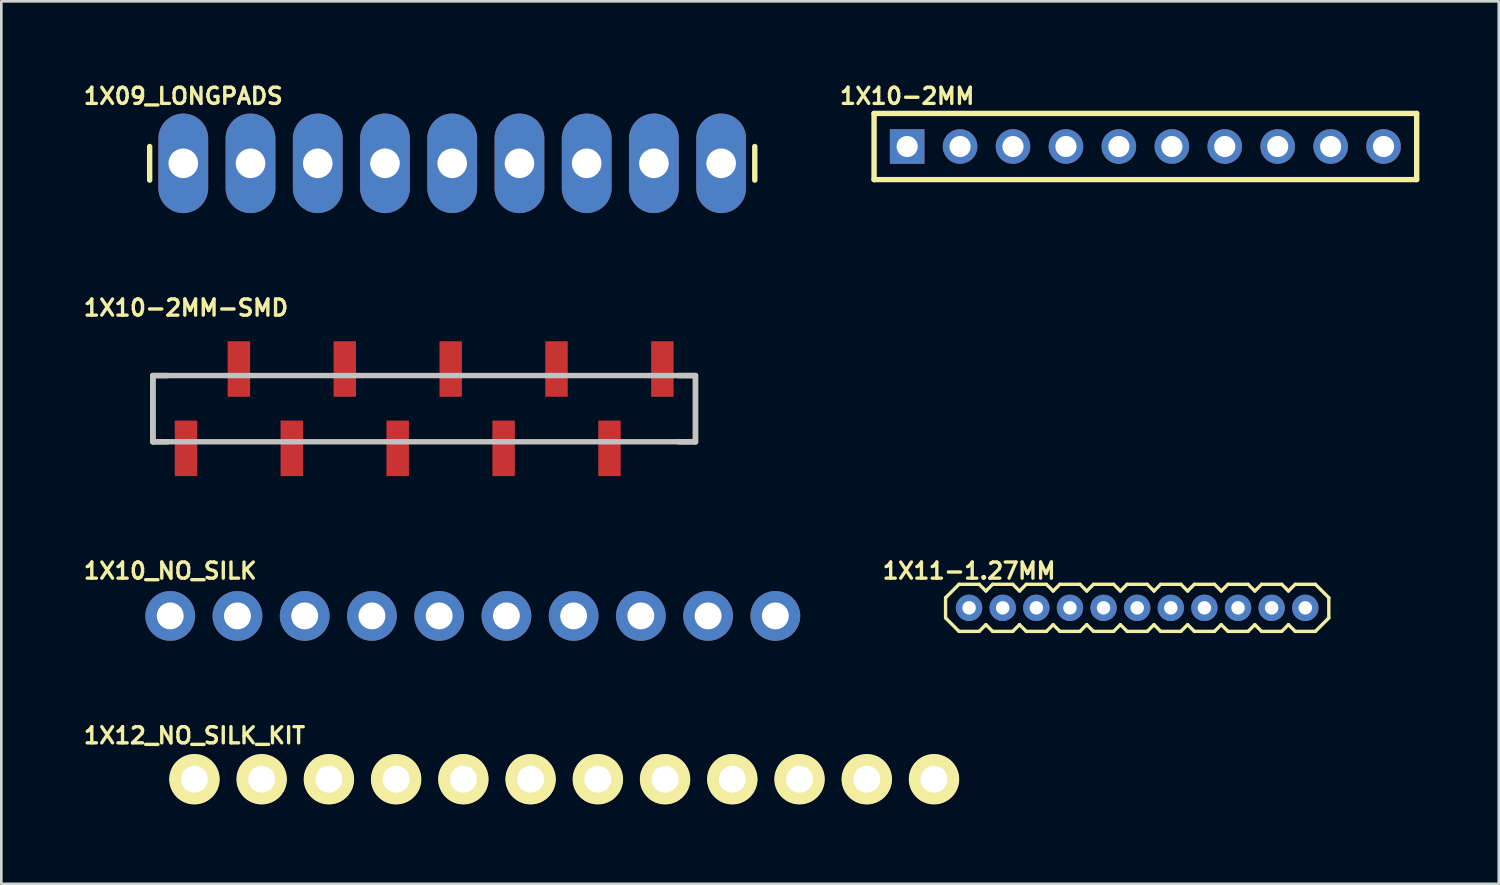
<source format=kicad_pcb>
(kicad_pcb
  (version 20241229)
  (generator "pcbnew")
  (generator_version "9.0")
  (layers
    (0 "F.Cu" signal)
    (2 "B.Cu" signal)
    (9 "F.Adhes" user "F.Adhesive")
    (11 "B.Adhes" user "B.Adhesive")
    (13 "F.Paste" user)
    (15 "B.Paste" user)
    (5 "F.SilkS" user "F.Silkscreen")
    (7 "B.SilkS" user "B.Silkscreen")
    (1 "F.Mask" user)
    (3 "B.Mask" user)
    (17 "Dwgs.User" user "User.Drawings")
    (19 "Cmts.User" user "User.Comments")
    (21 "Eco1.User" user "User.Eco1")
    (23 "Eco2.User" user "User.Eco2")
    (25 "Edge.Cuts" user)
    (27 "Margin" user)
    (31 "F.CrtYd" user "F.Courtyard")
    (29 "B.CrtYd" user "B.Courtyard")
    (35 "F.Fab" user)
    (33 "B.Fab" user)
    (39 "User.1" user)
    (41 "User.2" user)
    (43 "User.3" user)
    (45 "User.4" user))
  (footprint "1X12_NO_SILK_KIT"
    (layer "F.Cu")
    (at 4.295 26.388)
    (property "Reference" "1X12_NO_SILK_KIT" (at 0 -1.651 0) (layer "F.SilkS") (effects (font (size 0.61 0.61) (thickness 0.127))))
    (attr exclude_from_pos_files exclude_from_bom)
    (fp_circle (center 0 0) (end 0 -0.953) (stroke (width 0) (type solid)) (fill yes) (layer "F.SilkS"))
    (fp_circle (center 0 0) (end 0 -0.508) (stroke (width 0) (type solid)) (fill yes) (layer "F.SilkS"))
    (fp_circle (center 2.54 0) (end 2.54 -0.953) (stroke (width 0) (type solid)) (fill yes) (layer "F.SilkS"))
    (fp_circle (center 2.54 0) (end 2.54 -0.508) (stroke (width 0) (type solid)) (fill yes) (layer "F.SilkS"))
    (fp_circle (center 5.08 0) (end 5.08 -0.953) (stroke (width 0) (type solid)) (fill yes) (layer "F.SilkS"))
    (fp_circle (center 5.08 0) (end 5.08 -0.508) (stroke (width 0) (type solid)) (fill yes) (layer "F.SilkS"))
    (fp_circle (center 7.62 0) (end 7.62 -0.953) (stroke (width 0) (type solid)) (fill yes) (layer "F.SilkS"))
    (fp_circle (center 7.62 0) (end 7.62 -0.508) (stroke (width 0) (type solid)) (fill yes) (layer "F.SilkS"))
    (fp_circle (center 10.16 0) (end 10.16 -0.953) (stroke (width 0) (type solid)) (fill yes) (layer "F.SilkS"))
    (fp_circle (center 10.16 0) (end 10.16 -0.508) (stroke (width 0) (type solid)) (fill yes) (layer "F.SilkS"))
    (fp_circle (center 12.7 0) (end 12.7 -0.953) (stroke (width 0) (type solid)) (fill yes) (layer "F.SilkS"))
    (fp_circle (center 12.7 0) (end 12.7 -0.508) (stroke (width 0) (type solid)) (fill yes) (layer "F.SilkS"))
    (fp_circle (center 15.24 0) (end 15.24 -0.953) (stroke (width 0) (type solid)) (fill yes) (layer "F.SilkS"))
    (fp_circle (center 15.24 0) (end 15.24 -0.508) (stroke (width 0) (type solid)) (fill yes) (layer "F.SilkS"))
    (fp_circle (center 17.78 0) (end 17.78 -0.953) (stroke (width 0) (type solid)) (fill yes) (layer "F.SilkS"))
    (fp_circle (center 17.78 0) (end 17.78 -0.508) (stroke (width 0) (type solid)) (fill yes) (layer "F.SilkS"))
    (fp_circle (center 20.32 0) (end 20.32 -0.953) (stroke (width 0) (type solid)) (fill yes) (layer "F.SilkS"))
    (fp_circle (center 20.32 0) (end 20.32 -0.508) (stroke (width 0) (type solid)) (fill yes) (layer "F.SilkS"))
    (fp_circle (center 22.86 0) (end 22.86 -0.953) (stroke (width 0) (type solid)) (fill yes) (layer "F.SilkS"))
    (fp_circle (center 22.86 0) (end 22.86 -0.508) (stroke (width 0) (type solid)) (fill yes) (layer "F.SilkS"))
    (fp_circle (center 25.4 0) (end 25.4 -0.953) (stroke (width 0) (type solid)) (fill yes) (layer "F.SilkS"))
    (fp_circle (center 25.4 0) (end 25.4 -0.508) (stroke (width 0) (type solid)) (fill yes) (layer "F.SilkS"))
    (fp_circle (center 27.94 0) (end 27.94 -0.953) (stroke (width 0) (type solid)) (fill yes) (layer "F.SilkS"))
    (fp_circle (center 27.94 0) (end 27.94 -0.508) (stroke (width 0) (type solid)) (fill yes) (layer "F.SilkS"))
    (pad "1" thru_hole circle (at 0 0) (size 1.88 1.88) (drill 1.016) (layers "*.Cu" "*.Mask"))
    (pad "2" thru_hole circle (at 2.54 0) (size 1.88 1.88) (drill 1.016) (layers "*.Cu" "*.Mask"))
    (pad "3" thru_hole circle (at 5.08 0) (size 1.88 1.88) (drill 1.016) (layers "*.Cu" "*.Mask"))
    (pad "4" thru_hole circle (at 7.62 0) (size 1.88 1.88) (drill 1.016) (layers "*.Cu" "*.Mask"))
    (pad "5" thru_hole circle (at 10.16 0) (size 1.88 1.88) (drill 1.016) (layers "*.Cu" "*.Mask"))
    (pad "6" thru_hole circle (at 12.7 0) (size 1.88 1.88) (drill 1.016) (layers "*.Cu" "*.Mask"))
    (pad "7" thru_hole circle (at 15.24 0) (size 1.88 1.88) (drill 1.016) (layers "*.Cu" "*.Mask"))
    (pad "8" thru_hole circle (at 17.78 0) (size 1.88 1.88) (drill 1.016) (layers "*.Cu" "*.Mask"))
    (pad "9" thru_hole circle (at 20.32 0) (size 1.88 1.88) (drill 1.016) (layers "*.Cu" "*.Mask"))
    (pad "10" thru_hole circle (at 22.86 0) (size 1.88 1.88) (drill 1.016) (layers "*.Cu" "*.Mask"))
    (pad "11" thru_hole circle (at 25.4 0) (size 1.88 1.88) (drill 1.016) (layers "*.Cu" "*.Mask"))
    (pad "12" thru_hole circle (at 27.94 0) (size 1.88 1.88) (drill 1.016) (layers "*.Cu" "*.Mask")))
  (footprint "1X10-2MM-SMD"
    (layer "F.Cu")
    (at 3.976 12.389)
    (property "Reference" "1X10-2MM-SMD" (at 0 -3.81 0) (layer "F.SilkS") (effects (font (size 0.61 0.61) (thickness 0.127))))
    (attr smd)
    (fp_line (start -1.25 -1.25) (end -1.25 1.25) (stroke (width 0.203) (type solid)) (layer "F.SilkS"))
    (fp_line (start -1.25 -1.25) (end -0.699 -1.25) (stroke (width 0.203) (type solid)) (layer "F.SilkS"))
    (fp_line (start -1.25 1.25) (end -0.699 1.25) (stroke (width 0.203) (type solid)) (layer "F.SilkS"))
    (fp_line (start 18.598 1.25) (end 19.248 1.25) (stroke (width 0.203) (type solid)) (layer "F.SilkS"))
    (fp_line (start 19.248 -1.25) (end 18.598 -1.25) (stroke (width 0.203) (type solid)) (layer "F.SilkS"))
    (fp_line (start 19.248 1.25) (end 19.248 -1.25) (stroke (width 0.203) (type solid)) (layer "F.SilkS"))
    (fp_line (start -1.25 -1.25) (end -1.25 1.25) (stroke (width 0.203) (type solid)) (layer "Dwgs.User"))
    (fp_line (start -1.25 -1.25) (end 19.248 -1.25) (stroke (width 0.203) (type solid)) (layer "Dwgs.User"))
    (fp_line (start 19.248 -1.25) (end 19.248 1.25) (stroke (width 0.203) (type solid)) (layer "Dwgs.User"))
    (fp_line (start 19.248 1.25) (end -1.25 1.25) (stroke (width 0.203) (type solid)) (layer "Dwgs.User"))
    (pad "1" smd rect (at 0 1.499) (size 0.848 2.098) (layers "F.Cu" "F.Mask" "F.Paste"))
    (pad "2" smd rect (at 1.999 -1.499) (size 0.848 2.098) (layers "F.Cu" "F.Mask" "F.Paste"))
    (pad "3" smd rect (at 3.998 1.499) (size 0.848 2.098) (layers "F.Cu" "F.Mask" "F.Paste"))
    (pad "4" smd rect (at 5.999 -1.499) (size 0.848 2.098) (layers "F.Cu" "F.Mask" "F.Paste"))
    (pad "5" smd rect (at 7.998 1.499) (size 0.848 2.098) (layers "F.Cu" "F.Mask" "F.Paste"))
    (pad "6" smd rect (at 10 -1.499) (size 0.848 2.098) (layers "F.Cu" "F.Mask" "F.Paste"))
    (pad "7" smd rect (at 11.999 1.499) (size 0.848 2.098) (layers "F.Cu" "F.Mask" "F.Paste"))
    (pad "8" smd rect (at 13.998 -1.499) (size 0.848 2.098) (layers "F.Cu" "F.Mask" "F.Paste"))
    (pad "9" smd rect (at 15.999 1.499) (size 0.848 2.098) (layers "F.Cu" "F.Mask" "F.Paste"))
    (pad "10" smd rect (at 17.998 -1.499) (size 0.848 2.098) (layers "F.Cu" "F.Mask" "F.Paste")))
  (footprint "1X09_LONGPADS"
    (layer "F.Cu")
    (at 3.874 3.12)
    (property "Reference" "1X09_LONGPADS" (at 0 -2.54 0) (layer "F.SilkS") (effects (font (size 0.61 0.61) (thickness 0.127))))
    (attr exclude_from_pos_files exclude_from_bom)
    (fp_line (start -1.27 -0.635) (end -1.27 0.635) (stroke (width 0.203) (type solid)) (layer "F.SilkS"))
    (fp_line (start 21.59 -0.635) (end 21.59 0.635) (stroke (width 0.203) (type solid)) (layer "F.SilkS"))
    (pad "1" thru_hole oval (at 0 0 180) (size 1.88 3.759) (drill 1.118) (layers "*.Cu" "*.Mask"))
    (pad "2" thru_hole oval (at 2.54 0 180) (size 1.88 3.759) (drill 1.118) (layers "*.Cu" "*.Mask"))
    (pad "3" thru_hole oval (at 5.08 0 180) (size 1.88 3.759) (drill 1.118) (layers "*.Cu" "*.Mask"))
    (pad "4" thru_hole oval (at 7.62 0 180) (size 1.88 3.759) (drill 1.118) (layers "*.Cu" "*.Mask"))
    (pad "5" thru_hole oval (at 10.16 0 180) (size 1.88 3.759) (drill 1.118) (layers "*.Cu" "*.Mask"))
    (pad "6" thru_hole oval (at 12.7 0 180) (size 1.88 3.759) (drill 1.118) (layers "*.Cu" "*.Mask"))
    (pad "7" thru_hole oval (at 15.24 0 180) (size 1.88 3.759) (drill 1.118) (layers "*.Cu" "*.Mask"))
    (pad "8" thru_hole oval (at 17.78 0 180) (size 1.88 3.759) (drill 1.118) (layers "*.Cu" "*.Mask"))
    (pad "9" thru_hole oval (at 20.32 0 180) (size 1.88 3.759) (drill 1.118) (layers "*.Cu" "*.Mask")))
  (footprint "1X11-1.27MM"
    (layer "F.Cu")
    (at 33.561 19.913)
    (property "Reference" "1X11-1.27MM" (at 0 -1.397 0) (layer "F.SilkS") (effects (font (size 0.61 0.61) (thickness 0.127))))
    (attr exclude_from_pos_files exclude_from_bom)
    (fp_line (start -0.889 -0.381) (end -0.889 0.381) (stroke (width 0.127) (type solid)) (layer "F.SilkS"))
    (fp_line (start -0.889 0.381) (end -0.381 0.889) (stroke (width 0.127) (type solid)) (layer "F.SilkS"))
    (fp_line (start -0.381 -0.889) (end -0.889 -0.381) (stroke (width 0.127) (type solid)) (layer "F.SilkS"))
    (fp_line (start -0.381 0.889) (end 0.381 0.889) (stroke (width 0.127) (type solid)) (layer "F.SilkS"))
    (fp_line (start 0.381 -0.889) (end -0.381 -0.889) (stroke (width 0.127) (type solid)) (layer "F.SilkS"))
    (fp_line (start 0.381 0.889) (end 0.635 0.635) (stroke (width 0.127) (type solid)) (layer "F.SilkS"))
    (fp_line (start 0.635 -0.635) (end 0.381 -0.889) (stroke (width 0.127) (type solid)) (layer "F.SilkS"))
    (fp_line (start 0.635 0.635) (end 0.889 0.889) (stroke (width 0.127) (type solid)) (layer "F.SilkS"))
    (fp_line (start 0.889 -0.889) (end 0.635 -0.635) (stroke (width 0.127) (type solid)) (layer "F.SilkS"))
    (fp_line (start 0.889 0.889) (end 1.651 0.889) (stroke (width 0.127) (type solid)) (layer "F.SilkS"))
    (fp_line (start 1.651 -0.889) (end 0.889 -0.889) (stroke (width 0.127) (type solid)) (layer "F.SilkS"))
    (fp_line (start 1.651 0.889) (end 1.905 0.635) (stroke (width 0.127) (type solid)) (layer "F.SilkS"))
    (fp_line (start 1.905 -0.635) (end 1.651 -0.889) (stroke (width 0.127) (type solid)) (layer "F.SilkS"))
    (fp_line (start 1.905 0.635) (end 2.159 0.889) (stroke (width 0.127) (type solid)) (layer "F.SilkS"))
    (fp_line (start 2.159 -0.889) (end 1.905 -0.635) (stroke (width 0.127) (type solid)) (layer "F.SilkS"))
    (fp_line (start 2.159 0.889) (end 2.921 0.889) (stroke (width 0.127) (type solid)) (layer "F.SilkS"))
    (fp_line (start 2.921 -0.889) (end 2.159 -0.889) (stroke (width 0.127) (type solid)) (layer "F.SilkS"))
    (fp_line (start 2.921 0.889) (end 3.175 0.635) (stroke (width 0.127) (type solid)) (layer "F.SilkS"))
    (fp_line (start 3.175 -0.635) (end 2.921 -0.889) (stroke (width 0.127) (type solid)) (layer "F.SilkS"))
    (fp_line (start 3.175 0.635) (end 3.429 0.889) (stroke (width 0.127) (type solid)) (layer "F.SilkS"))
    (fp_line (start 3.429 -0.889) (end 3.175 -0.635) (stroke (width 0.127) (type solid)) (layer "F.SilkS"))
    (fp_line (start 3.429 0.889) (end 4.191 0.889) (stroke (width 0.127) (type solid)) (layer "F.SilkS"))
    (fp_line (start 4.191 -0.889) (end 3.429 -0.889) (stroke (width 0.127) (type solid)) (layer "F.SilkS"))
    (fp_line (start 4.191 0.889) (end 4.445 0.635) (stroke (width 0.127) (type solid)) (layer "F.SilkS"))
    (fp_line (start 4.445 -0.635) (end 4.191 -0.889) (stroke (width 0.127) (type solid)) (layer "F.SilkS"))
    (fp_line (start 4.445 0.635) (end 4.699 0.889) (stroke (width 0.127) (type solid)) (layer "F.SilkS"))
    (fp_line (start 4.699 -0.889) (end 4.445 -0.635) (stroke (width 0.127) (type solid)) (layer "F.SilkS"))
    (fp_line (start 4.699 0.889) (end 5.461 0.889) (stroke (width 0.127) (type solid)) (layer "F.SilkS"))
    (fp_line (start 5.461 -0.889) (end 4.699 -0.889) (stroke (width 0.127) (type solid)) (layer "F.SilkS"))
    (fp_line (start 5.461 0.889) (end 5.715 0.635) (stroke (width 0.127) (type solid)) (layer "F.SilkS"))
    (fp_line (start 5.715 -0.635) (end 5.461 -0.889) (stroke (width 0.127) (type solid)) (layer "F.SilkS"))
    (fp_line (start 5.715 0.635) (end 5.969 0.889) (stroke (width 0.127) (type solid)) (layer "F.SilkS"))
    (fp_line (start 5.969 -0.889) (end 5.715 -0.635) (stroke (width 0.127) (type solid)) (layer "F.SilkS"))
    (fp_line (start 5.969 0.889) (end 6.731 0.889) (stroke (width 0.127) (type solid)) (layer "F.SilkS"))
    (fp_line (start 6.731 -0.889) (end 5.969 -0.889) (stroke (width 0.127) (type solid)) (layer "F.SilkS"))
    (fp_line (start 6.731 0.889) (end 6.985 0.635) (stroke (width 0.127) (type solid)) (layer "F.SilkS"))
    (fp_line (start 6.985 -0.635) (end 6.731 -0.889) (stroke (width 0.127) (type solid)) (layer "F.SilkS"))
    (fp_line (start 6.985 0.635) (end 7.236 0.889) (stroke (width 0.127) (type solid)) (layer "F.SilkS"))
    (fp_line (start 7.236 -0.889) (end 6.985 -0.635) (stroke (width 0.127) (type solid)) (layer "F.SilkS"))
    (fp_line (start 7.236 0.889) (end 8.001 0.889) (stroke (width 0.127) (type solid)) (layer "F.SilkS"))
    (fp_line (start 8.001 -0.889) (end 7.236 -0.889) (stroke (width 0.127) (type solid)) (layer "F.SilkS"))
    (fp_line (start 8.001 0.889) (end 8.255 0.635) (stroke (width 0.127) (type solid)) (layer "F.SilkS"))
    (fp_line (start 8.255 -0.635) (end 8.001 -0.889) (stroke (width 0.127) (type solid)) (layer "F.SilkS"))
    (fp_line (start 8.255 0.635) (end 8.509 0.889) (stroke (width 0.127) (type solid)) (layer "F.SilkS"))
    (fp_line (start 8.509 -0.889) (end 8.255 -0.635) (stroke (width 0.127) (type solid)) (layer "F.SilkS"))
    (fp_line (start 8.509 0.889) (end 9.271 0.889) (stroke (width 0.127) (type solid)) (layer "F.SilkS"))
    (fp_line (start 9.271 -0.889) (end 8.509 -0.889) (stroke (width 0.127) (type solid)) (layer "F.SilkS"))
    (fp_line (start 9.271 0.889) (end 9.525 0.635) (stroke (width 0.127) (type solid)) (layer "F.SilkS"))
    (fp_line (start 9.525 -0.635) (end 9.271 -0.889) (stroke (width 0.127) (type solid)) (layer "F.SilkS"))
    (fp_line (start 9.525 0.635) (end 9.779 0.889) (stroke (width 0.127) (type solid)) (layer "F.SilkS"))
    (fp_line (start 9.779 -0.889) (end 9.525 -0.635) (stroke (width 0.127) (type solid)) (layer "F.SilkS"))
    (fp_line (start 9.779 0.889) (end 10.541 0.889) (stroke (width 0.127) (type solid)) (layer "F.SilkS"))
    (fp_line (start 10.541 -0.889) (end 9.779 -0.889) (stroke (width 0.127) (type solid)) (layer "F.SilkS"))
    (fp_line (start 10.541 0.889) (end 10.795 0.635) (stroke (width 0.127) (type solid)) (layer "F.SilkS"))
    (fp_line (start 10.795 -0.635) (end 10.541 -0.889) (stroke (width 0.127) (type solid)) (layer "F.SilkS"))
    (fp_line (start 10.795 0.635) (end 11.049 0.889) (stroke (width 0.127) (type solid)) (layer "F.SilkS"))
    (fp_line (start 11.049 -0.889) (end 10.795 -0.635) (stroke (width 0.127) (type solid)) (layer "F.SilkS"))
    (fp_line (start 11.049 0.889) (end 11.811 0.889) (stroke (width 0.127) (type solid)) (layer "F.SilkS"))
    (fp_line (start 11.811 -0.889) (end 11.049 -0.889) (stroke (width 0.127) (type solid)) (layer "F.SilkS"))
    (fp_line (start 11.811 0.889) (end 12.065 0.635) (stroke (width 0.127) (type solid)) (layer "F.SilkS"))
    (fp_line (start 12.065 -0.635) (end 11.811 -0.889) (stroke (width 0.127) (type solid)) (layer "F.SilkS"))
    (fp_line (start 12.065 0.635) (end 12.319 0.889) (stroke (width 0.127) (type solid)) (layer "F.SilkS"))
    (fp_line (start 12.319 -0.889) (end 12.065 -0.635) (stroke (width 0.127) (type solid)) (layer "F.SilkS"))
    (fp_line (start 12.319 0.889) (end 13.081 0.889) (stroke (width 0.127) (type solid)) (layer "F.SilkS"))
    (fp_line (start 13.081 -0.889) (end 12.319 -0.889) (stroke (width 0.127) (type solid)) (layer "F.SilkS"))
    (fp_line (start 13.081 0.889) (end 13.589 0.381) (stroke (width 0.127) (type solid)) (layer "F.SilkS"))
    (fp_line (start 13.589 -0.381) (end 13.081 -0.889) (stroke (width 0.127) (type solid)) (layer "F.SilkS"))
    (fp_line (start 13.589 0.381) (end 13.589 -0.381) (stroke (width 0.127) (type solid)) (layer "F.SilkS"))
    (pad "1" thru_hole circle (at 0 0) (size 0.998 0.998) (drill 0.508) (layers "*.Cu" "*.Mask"))
    (pad "2" thru_hole circle (at 1.27 0) (size 0.998 0.998) (drill 0.508) (layers "*.Cu" "*.Mask"))
    (pad "3" thru_hole circle (at 2.54 0) (size 0.998 0.998) (drill 0.508) (layers "*.Cu" "*.Mask"))
    (pad "4" thru_hole circle (at 3.81 0) (size 0.998 0.998) (drill 0.508) (layers "*.Cu" "*.Mask"))
    (pad "5" thru_hole circle (at 5.08 0) (size 0.998 0.998) (drill 0.508) (layers "*.Cu" "*.Mask"))
    (pad "6" thru_hole circle (at 6.35 0) (size 0.998 0.998) (drill 0.508) (layers "*.Cu" "*.Mask"))
    (pad "7" thru_hole circle (at 7.62 0) (size 0.998 0.998) (drill 0.508) (layers "*.Cu" "*.Mask"))
    (pad "8" thru_hole circle (at 8.89 0) (size 0.998 0.998) (drill 0.508) (layers "*.Cu" "*.Mask"))
    (pad "9" thru_hole circle (at 10.16 0) (size 0.998 0.998) (drill 0.508) (layers "*.Cu" "*.Mask"))
    (pad "10" thru_hole circle (at 11.43 0) (size 0.998 0.998) (drill 0.508) (layers "*.Cu" "*.Mask"))
    (pad "11" thru_hole circle (at 12.7 0) (size 0.998 0.998) (drill 0.508) (layers "*.Cu" "*.Mask")))
  (footprint "1X10_NO_SILK"
    (layer "F.Cu")
    (at 3.381 20.218)
    (property "Reference" "1X10_NO_SILK" (at 0 -1.702 0) (layer "F.SilkS") (effects (font (size 0.61 0.61) (thickness 0.127))))
    (attr exclude_from_pos_files exclude_from_bom)
    (pad "1" thru_hole circle (at 0 0) (size 1.88 1.88) (drill 1.016) (layers "*.Cu" "*.Mask"))
    (pad "2" thru_hole circle (at 2.54 0) (size 1.88 1.88) (drill 1.016) (layers "*.Cu" "*.Mask"))
    (pad "3" thru_hole circle (at 5.08 0) (size 1.88 1.88) (drill 1.016) (layers "*.Cu" "*.Mask"))
    (pad "4" thru_hole circle (at 7.62 0) (size 1.88 1.88) (drill 1.016) (layers "*.Cu" "*.Mask"))
    (pad "5" thru_hole circle (at 10.16 0) (size 1.88 1.88) (drill 1.016) (layers "*.Cu" "*.Mask"))
    (pad "6" thru_hole circle (at 12.7 0) (size 1.88 1.88) (drill 1.016) (layers "*.Cu" "*.Mask"))
    (pad "7" thru_hole circle (at 15.24 0) (size 1.88 1.88) (drill 1.016) (layers "*.Cu" "*.Mask"))
    (pad "8" thru_hole circle (at 17.78 0) (size 1.88 1.88) (drill 1.016) (layers "*.Cu" "*.Mask"))
    (pad "9" thru_hole circle (at 20.32 0) (size 1.88 1.88) (drill 1.016) (layers "*.Cu" "*.Mask"))
    (pad "10" thru_hole circle (at 22.86 0) (size 1.88 1.88) (drill 1.016) (layers "*.Cu" "*.Mask")))
  (footprint "1X10-2MM"
    (layer "F.Cu")
    (at 31.221 2.485)
    (property "Reference" "1X10-2MM" (at 0 -1.905 0) (layer "F.SilkS") (effects (font (size 0.61 0.61) (thickness 0.127))))
    (attr exclude_from_pos_files exclude_from_bom)
    (fp_line (start -1.25 -1.25) (end -1.25 1.25) (stroke (width 0.203) (type solid)) (layer "F.SilkS"))
    (fp_line (start -1.25 -1.25) (end 19.248 -1.25) (stroke (width 0.203) (type solid)) (layer "F.SilkS"))
    (fp_line (start 19.248 -1.25) (end 19.248 1.25) (stroke (width 0.203) (type solid)) (layer "F.SilkS"))
    (fp_line (start 19.248 1.25) (end -1.25 1.25) (stroke (width 0.203) (type solid)) (layer "F.SilkS"))
    (pad "1" thru_hole rect (at 0 0) (size 1.306 1.306) (drill 0.798) (layers "*.Cu" "*.Mask"))
    (pad "2" thru_hole circle (at 1.999 0) (size 1.306 1.306) (drill 0.798) (layers "*.Cu" "*.Mask"))
    (pad "3" thru_hole circle (at 3.998 0) (size 1.306 1.306) (drill 0.798) (layers "*.Cu" "*.Mask"))
    (pad "4" thru_hole circle (at 5.999 0) (size 1.306 1.306) (drill 0.798) (layers "*.Cu" "*.Mask"))
    (pad "5" thru_hole circle (at 7.998 0) (size 1.306 1.306) (drill 0.798) (layers "*.Cu" "*.Mask"))
    (pad "6" thru_hole circle (at 10 0) (size 1.306 1.306) (drill 0.798) (layers "*.Cu" "*.Mask"))
    (pad "7" thru_hole circle (at 11.999 0) (size 1.306 1.306) (drill 0.798) (layers "*.Cu" "*.Mask"))
    (pad "8" thru_hole circle (at 13.998 0) (size 1.306 1.306) (drill 0.798) (layers "*.Cu" "*.Mask"))
    (pad "9" thru_hole circle (at 15.999 0) (size 1.306 1.306) (drill 0.798) (layers "*.Cu" "*.Mask"))
    (pad "10" thru_hole circle (at 17.998 0) (size 1.306 1.306) (drill 0.798) (layers "*.Cu" "*.Mask")))
  (gr_rect
    (start -3 -3)
    (end 53.571 30.34)
    (stroke (width 0.1) (type default))
    (fill no)
    (layer "Edge.Cuts")))
</source>
